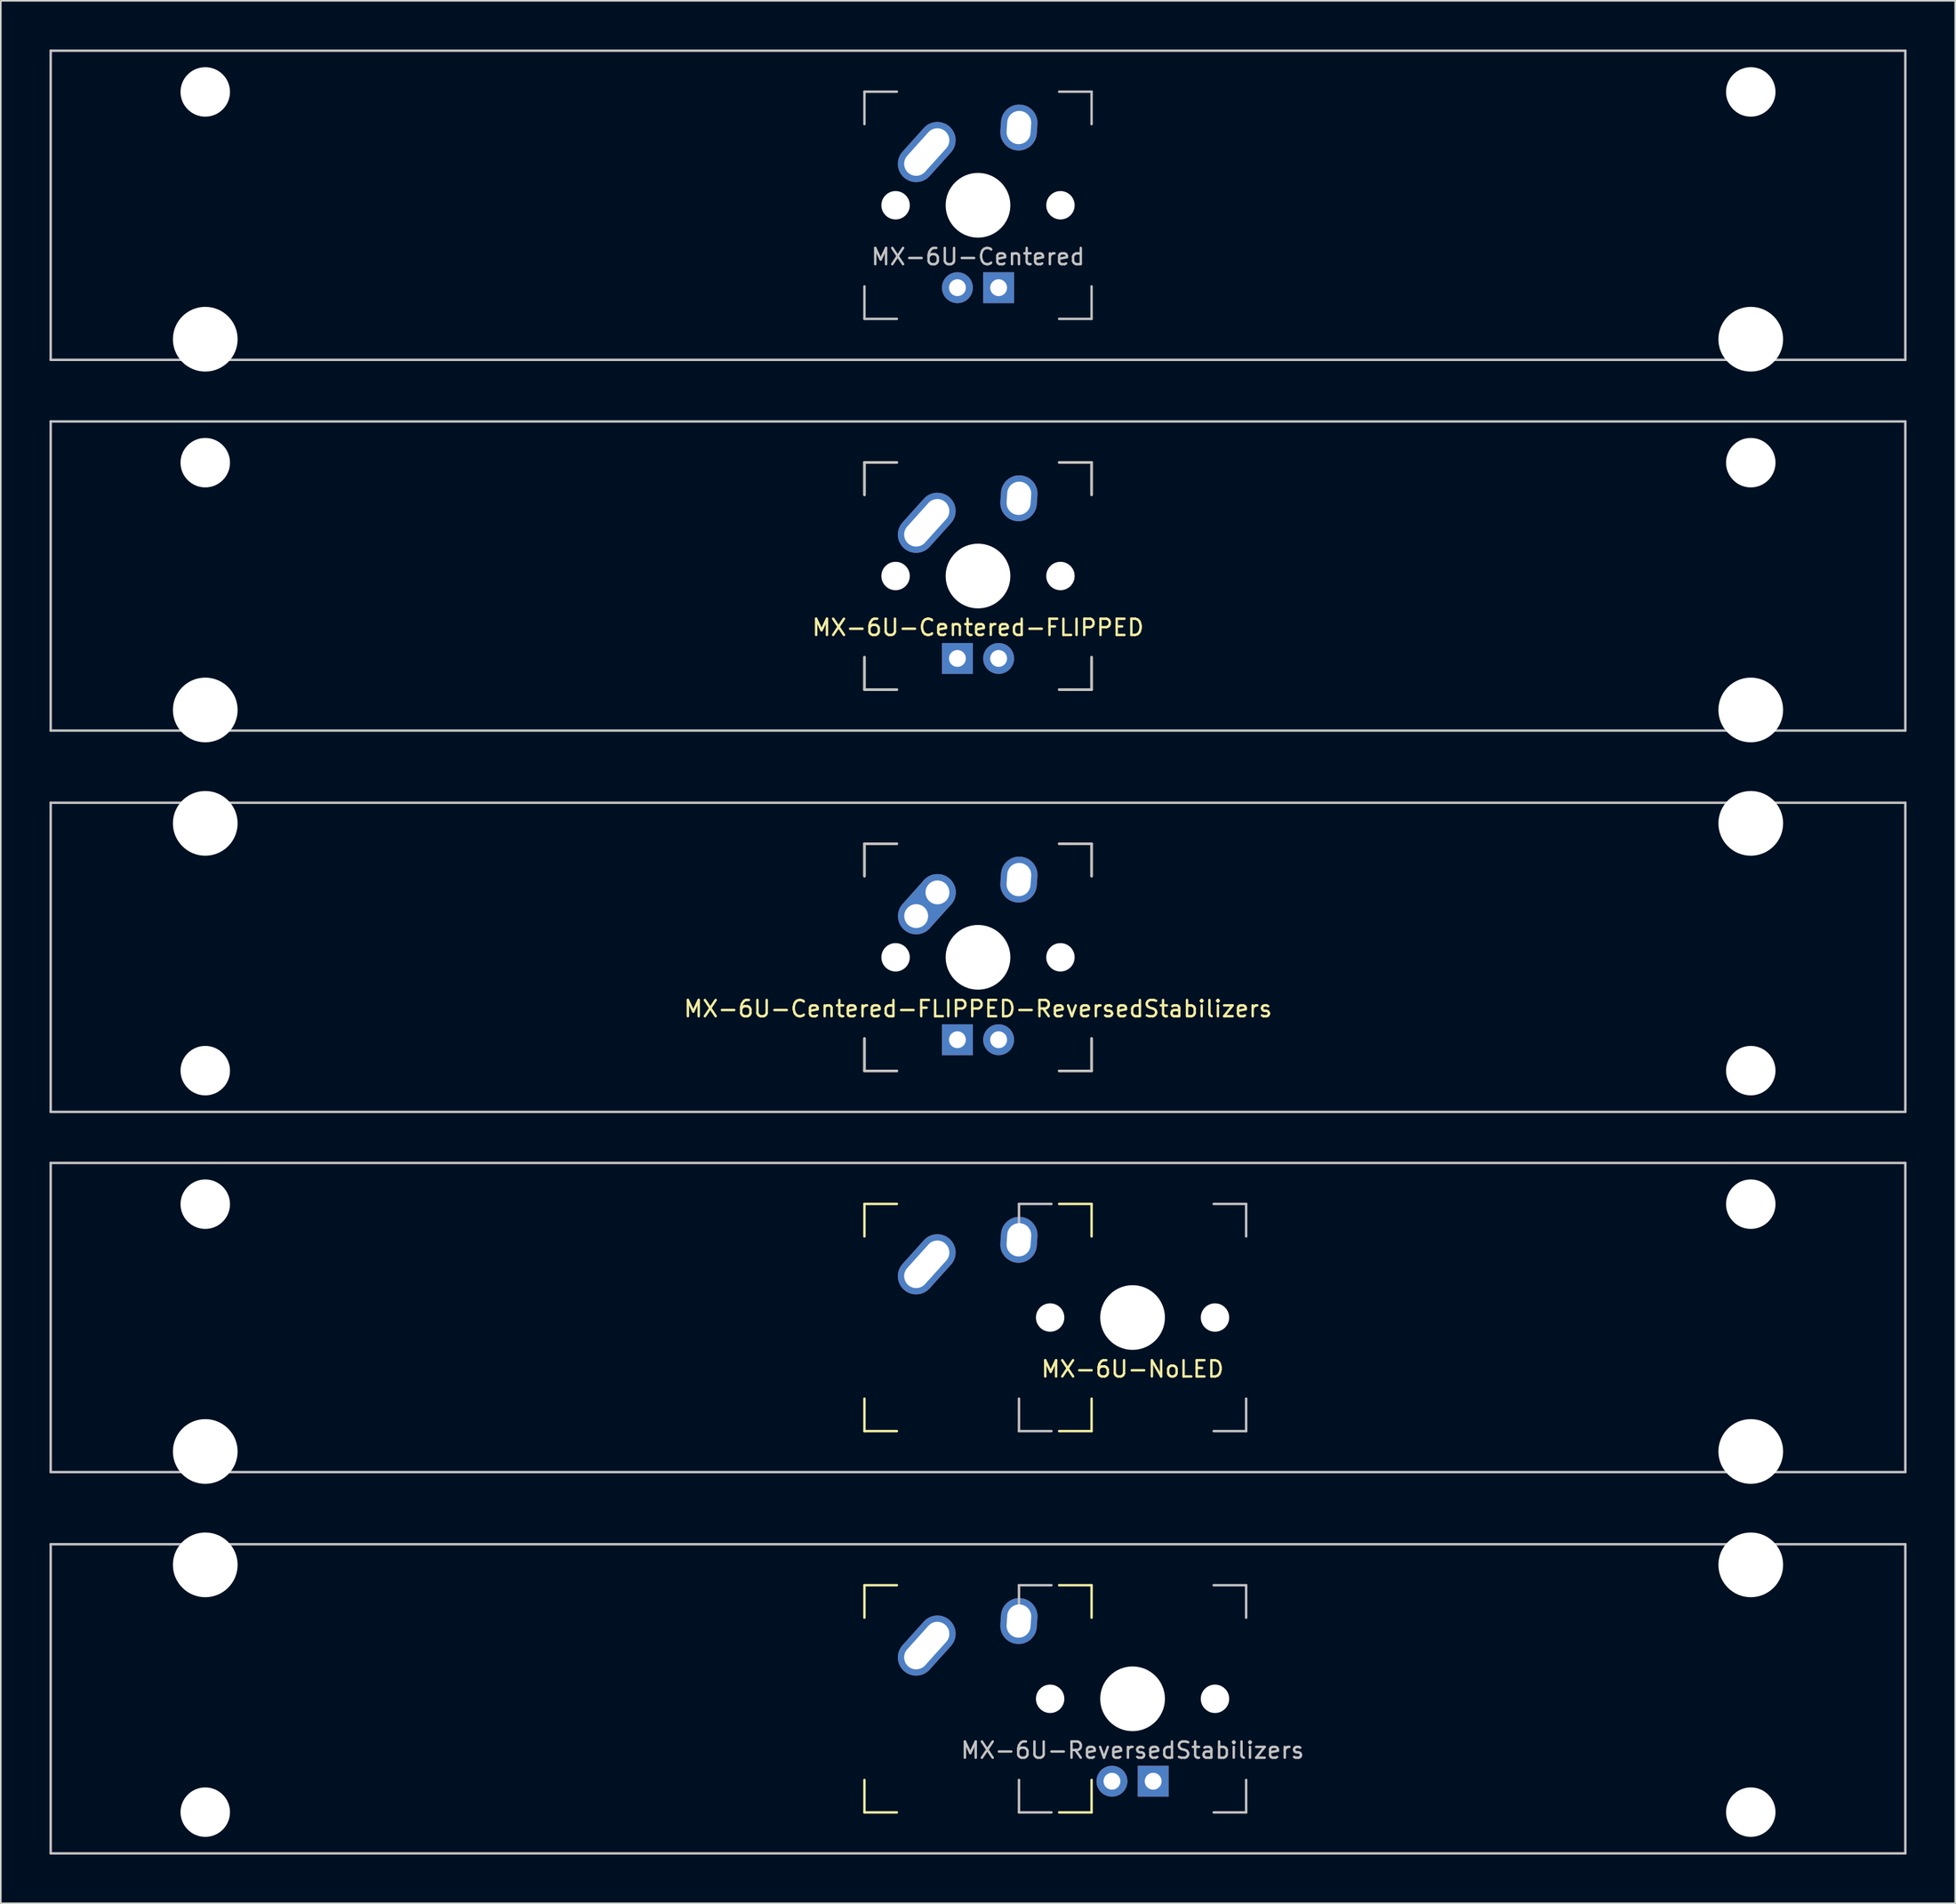
<source format=kicad_pcb>
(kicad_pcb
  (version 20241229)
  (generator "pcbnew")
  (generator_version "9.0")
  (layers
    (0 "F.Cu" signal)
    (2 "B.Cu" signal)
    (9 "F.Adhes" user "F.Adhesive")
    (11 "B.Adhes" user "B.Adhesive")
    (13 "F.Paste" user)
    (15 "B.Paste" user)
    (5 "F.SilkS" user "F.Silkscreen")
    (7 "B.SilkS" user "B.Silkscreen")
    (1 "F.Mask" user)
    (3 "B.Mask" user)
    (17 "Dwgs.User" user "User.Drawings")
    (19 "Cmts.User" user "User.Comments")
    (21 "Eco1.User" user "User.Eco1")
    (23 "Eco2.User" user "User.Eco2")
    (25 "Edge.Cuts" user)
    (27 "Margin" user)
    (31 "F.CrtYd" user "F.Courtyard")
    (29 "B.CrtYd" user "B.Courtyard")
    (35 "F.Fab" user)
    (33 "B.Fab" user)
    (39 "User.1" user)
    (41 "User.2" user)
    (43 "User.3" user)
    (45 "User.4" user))
  (footprint "MX-6U-ReversedStabilizers"
    (layer "F.Cu")
    (at 57.225 101.644)
    (property "Reference" "MX-6U-ReversedStabilizers" (at 9.525 3.175 0) (layer "Dwgs.User") (effects (font (size 1 1) (thickness 0.15))))
    (attr through_hole)
    (fp_line (start -7 -7) (end -7 -5) (stroke (width 0.15) (type solid)) (layer "F.SilkS"))
    (fp_line (start -7 5) (end -7 7) (stroke (width 0.15) (type solid)) (layer "F.SilkS"))
    (fp_line (start -7 7) (end -5 7) (stroke (width 0.15) (type solid)) (layer "F.SilkS"))
    (fp_line (start -5 -7) (end -7 -7) (stroke (width 0.15) (type solid)) (layer "F.SilkS"))
    (fp_line (start 5 -7) (end 7 -7) (stroke (width 0.15) (type solid)) (layer "F.SilkS"))
    (fp_line (start 5 7) (end 7 7) (stroke (width 0.15) (type solid)) (layer "F.SilkS"))
    (fp_line (start 7 -7) (end 7 -5) (stroke (width 0.15) (type solid)) (layer "F.SilkS"))
    (fp_line (start 7 7) (end 7 5) (stroke (width 0.15) (type solid)) (layer "F.SilkS"))
    (fp_line (start -57.15 -9.525) (end 57.15 -9.525) (stroke (width 0.15) (type solid)) (layer "Dwgs.User"))
    (fp_line (start -57.15 9.525) (end -57.15 -9.525) (stroke (width 0.15) (type solid)) (layer "Dwgs.User"))
    (fp_line (start -57.15 9.525) (end 57.15 9.525) (stroke (width 0.15) (type solid)) (layer "Dwgs.User"))
    (fp_line (start 2.525 -7) (end 2.525 -5) (stroke (width 0.15) (type solid)) (layer "Dwgs.User"))
    (fp_line (start 2.525 5) (end 2.525 7) (stroke (width 0.15) (type solid)) (layer "Dwgs.User"))
    (fp_line (start 2.525 7) (end 4.525 7) (stroke (width 0.15) (type solid)) (layer "Dwgs.User"))
    (fp_line (start 4.525 -7) (end 2.525 -7) (stroke (width 0.15) (type solid)) (layer "Dwgs.User"))
    (fp_line (start 14.525 -7) (end 16.525 -7) (stroke (width 0.15) (type solid)) (layer "Dwgs.User"))
    (fp_line (start 14.525 7) (end 16.525 7) (stroke (width 0.15) (type solid)) (layer "Dwgs.User"))
    (fp_line (start 16.525 -7) (end 16.525 -5) (stroke (width 0.15) (type solid)) (layer "Dwgs.User"))
    (fp_line (start 16.525 7) (end 16.525 5) (stroke (width 0.15) (type solid)) (layer "Dwgs.User"))
    (fp_line (start 57.15 -9.525) (end 57.15 9.525) (stroke (width 0.15) (type solid)) (layer "Dwgs.User"))
    (pad "" np_thru_hole circle (at -47.625 -8.255) (size 3.988 3.988) (drill 3.988) (layers "*.Cu" "*.Mask"))
    (pad "" np_thru_hole circle (at -47.625 6.985) (size 3.048 3.048) (drill 3.048) (layers "*.Cu" "*.Mask"))
    (pad "" np_thru_hole circle (at 4.445 0 48.1) (size 1.75 1.75) (drill 1.75) (layers "*.Cu" "*.Mask"))
    (pad "" np_thru_hole circle (at 9.525 0) (size 3.988 3.988) (drill 3.988) (layers "*.Cu" "*.Mask"))
    (pad "" np_thru_hole circle (at 14.605 0 48.1) (size 1.75 1.75) (drill 1.75) (layers "*.Cu" "*.Mask"))
    (pad "" np_thru_hole circle (at 47.625 -8.255) (size 3.988 3.988) (drill 3.988) (layers "*.Cu" "*.Mask"))
    (pad "" np_thru_hole circle (at 47.625 6.985) (size 3.048 3.048) (drill 3.048) (layers "*.Cu" "*.Mask"))
    (pad "1" thru_hole oval (at -3.16 -3.28 48) (size 4.21 2.25) (drill oval 3.43 1.48) (layers "*.Cu" "B.Mask"))
    (pad "2" thru_hole oval (at 2.52 -4.79 86) (size 2.831 2.25) (drill oval 2.051 1.48) (layers "*.Cu" "B.Mask"))
    (pad "3" thru_hole circle (at 8.255 5.08) (size 1.905 1.905) (drill 1.04) (layers "*.Cu" "B.Mask"))
    (pad "4" thru_hole rect (at 10.795 5.08) (size 1.905 1.905) (drill 1.04) (layers "*.Cu" "B.Mask")))
  (footprint "MX-6U-NoLED"
    (layer "F.Cu")
    (at 57.225 78.147)
    (property "Reference" "MX-6U-NoLED" (at 9.525 3.175 0) (layer "F.SilkS") (effects (font (size 1 1) (thickness 0.15))))
    (attr through_hole)
    (fp_line (start -7 -7) (end -7 -5) (stroke (width 0.15) (type solid)) (layer "F.SilkS"))
    (fp_line (start -7 5) (end -7 7) (stroke (width 0.15) (type solid)) (layer "F.SilkS"))
    (fp_line (start -7 7) (end -5 7) (stroke (width 0.15) (type solid)) (layer "F.SilkS"))
    (fp_line (start -5 -7) (end -7 -7) (stroke (width 0.15) (type solid)) (layer "F.SilkS"))
    (fp_line (start 5 -7) (end 7 -7) (stroke (width 0.15) (type solid)) (layer "F.SilkS"))
    (fp_line (start 5 7) (end 7 7) (stroke (width 0.15) (type solid)) (layer "F.SilkS"))
    (fp_line (start 7 -7) (end 7 -5) (stroke (width 0.15) (type solid)) (layer "F.SilkS"))
    (fp_line (start 7 7) (end 7 5) (stroke (width 0.15) (type solid)) (layer "F.SilkS"))
    (fp_line (start -57.15 -9.525) (end 57.15 -9.525) (stroke (width 0.15) (type solid)) (layer "Dwgs.User"))
    (fp_line (start -57.15 9.525) (end -57.15 -9.525) (stroke (width 0.15) (type solid)) (layer "Dwgs.User"))
    (fp_line (start -57.15 9.525) (end 57.15 9.525) (stroke (width 0.15) (type solid)) (layer "Dwgs.User"))
    (fp_line (start 2.525 -7) (end 2.525 -5) (stroke (width 0.15) (type solid)) (layer "Dwgs.User"))
    (fp_line (start 2.525 5) (end 2.525 7) (stroke (width 0.15) (type solid)) (layer "Dwgs.User"))
    (fp_line (start 2.525 7) (end 4.525 7) (stroke (width 0.15) (type solid)) (layer "Dwgs.User"))
    (fp_line (start 4.525 -7) (end 2.525 -7) (stroke (width 0.15) (type solid)) (layer "Dwgs.User"))
    (fp_line (start 14.525 -7) (end 16.525 -7) (stroke (width 0.15) (type solid)) (layer "Dwgs.User"))
    (fp_line (start 14.525 7) (end 16.525 7) (stroke (width 0.15) (type solid)) (layer "Dwgs.User"))
    (fp_line (start 16.525 -7) (end 16.525 -5) (stroke (width 0.15) (type solid)) (layer "Dwgs.User"))
    (fp_line (start 16.525 7) (end 16.525 5) (stroke (width 0.15) (type solid)) (layer "Dwgs.User"))
    (fp_line (start 57.15 -9.525) (end 57.15 9.525) (stroke (width 0.15) (type solid)) (layer "Dwgs.User"))
    (pad "" np_thru_hole circle (at -47.625 -6.985) (size 3.048 3.048) (drill 3.048) (layers "*.Cu" "*.Mask"))
    (pad "" np_thru_hole circle (at -47.625 8.255) (size 3.988 3.988) (drill 3.988) (layers "*.Cu" "*.Mask"))
    (pad "" np_thru_hole circle (at 4.445 0 48.1) (size 1.75 1.75) (drill 1.75) (layers "*.Cu" "*.Mask"))
    (pad "" np_thru_hole circle (at 9.525 0) (size 3.988 3.988) (drill 3.988) (layers "*.Cu" "*.Mask"))
    (pad "" np_thru_hole circle (at 14.605 0 48.1) (size 1.75 1.75) (drill 1.75) (layers "*.Cu" "*.Mask"))
    (pad "" np_thru_hole circle (at 47.625 -6.985) (size 3.048 3.048) (drill 3.048) (layers "*.Cu" "*.Mask"))
    (pad "" np_thru_hole circle (at 47.625 8.255) (size 3.988 3.988) (drill 3.988) (layers "*.Cu" "*.Mask"))
    (pad "1" thru_hole oval (at -3.16 -3.28 48) (size 4.21 2.25) (drill oval 3.43 1.48) (layers "*.Cu" "B.Mask"))
    (pad "2" thru_hole oval (at 2.52 -4.79 86) (size 2.831 2.25) (drill oval 2.051 1.48) (layers "*.Cu" "B.Mask")))
  (footprint "MX-6U-Centered-FLIPPED-ReversedStabilizers"
    (layer "F.Cu")
    (at 57.225 55.947)
    (property "Reference" "MX-6U-Centered-FLIPPED-ReversedStabilizers" (at 0 3.175 0) (layer "F.SilkS") (effects (font (size 1 1) (thickness 0.15))))
    (attr through_hole)
    (fp_line (start -7 -7) (end -7 -5) (stroke (width 0.15) (type solid)) (layer "F.SilkS"))
    (fp_line (start -7 5) (end -7 7) (stroke (width 0.15) (type solid)) (layer "F.SilkS"))
    (fp_line (start -7 7) (end -5 7) (stroke (width 0.15) (type solid)) (layer "F.SilkS"))
    (fp_line (start -5 -7) (end -7 -7) (stroke (width 0.15) (type solid)) (layer "F.SilkS"))
    (fp_line (start 5 -7) (end 7 -7) (stroke (width 0.15) (type solid)) (layer "F.SilkS"))
    (fp_line (start 5 7) (end 7 7) (stroke (width 0.15) (type solid)) (layer "F.SilkS"))
    (fp_line (start 7 -7) (end 7 -5) (stroke (width 0.15) (type solid)) (layer "F.SilkS"))
    (fp_line (start 7 7) (end 7 5) (stroke (width 0.15) (type solid)) (layer "F.SilkS"))
    (fp_line (start -57.15 -9.525) (end 57.15 -9.525) (stroke (width 0.15) (type solid)) (layer "Dwgs.User"))
    (fp_line (start -57.15 9.525) (end -57.15 -9.525) (stroke (width 0.15) (type solid)) (layer "Dwgs.User"))
    (fp_line (start -57.15 9.525) (end 57.15 9.525) (stroke (width 0.15) (type solid)) (layer "Dwgs.User"))
    (fp_line (start -7 -7) (end -7 -5) (stroke (width 0.15) (type solid)) (layer "Dwgs.User"))
    (fp_line (start -7 5) (end -7 7) (stroke (width 0.15) (type solid)) (layer "Dwgs.User"))
    (fp_line (start -7 7) (end -5 7) (stroke (width 0.15) (type solid)) (layer "Dwgs.User"))
    (fp_line (start -5 -7) (end -7 -7) (stroke (width 0.15) (type solid)) (layer "Dwgs.User"))
    (fp_line (start 5 -7) (end 7 -7) (stroke (width 0.15) (type solid)) (layer "Dwgs.User"))
    (fp_line (start 5 7) (end 7 7) (stroke (width 0.15) (type solid)) (layer "Dwgs.User"))
    (fp_line (start 7 -7) (end 7 -5) (stroke (width 0.15) (type solid)) (layer "Dwgs.User"))
    (fp_line (start 7 7) (end 7 5) (stroke (width 0.15) (type solid)) (layer "Dwgs.User"))
    (fp_line (start 57.15 -9.525) (end 57.15 9.525) (stroke (width 0.15) (type solid)) (layer "Dwgs.User"))
    (pad "" np_thru_hole circle (at -47.625 -8.255) (size 3.988 3.988) (drill 3.988) (layers "*.Cu" "*.Mask"))
    (pad "" np_thru_hole circle (at -47.625 6.985) (size 3.048 3.048) (drill 3.048) (layers "*.Cu" "*.Mask"))
    (pad "" np_thru_hole circle (at -5.08 0 48.1) (size 1.75 1.75) (drill 1.75) (layers "*.Cu" "*.Mask"))
    (pad "" np_thru_hole circle (at 0 0) (size 3.988 3.988) (drill 3.988) (layers "*.Cu" "*.Mask"))
    (pad "" np_thru_hole circle (at 5.08 0 48.1) (size 1.75 1.75) (drill 1.75) (layers "*.Cu" "*.Mask"))
    (pad "" np_thru_hole circle (at 47.625 -8.255) (size 3.988 3.988) (drill 3.988) (layers "*.Cu" "*.Mask"))
    (pad "" np_thru_hole circle (at 47.625 6.985) (size 3.048 3.048) (drill 3.048) (layers "*.Cu" "*.Mask"))
    (pad "1" thru_hole oval (at -3.81 -2.54 48.1) (size 4.212 2.25) (drill 1.47 (offset 0.981 0)) (layers "*.Cu" "*.Mask"))
    (pad "1" thru_hole circle (at -2.5 -4) (size 2.25 2.25) (drill 1.47) (layers "*.Cu" "*.Mask"))
    (pad "2" thru_hole oval (at 2.52 -4.79 86) (size 2.831 2.25) (drill oval 2.051 1.48) (layers "*.Cu" "*.Mask"))
    (pad "3" thru_hole circle (at 1.27 5.08) (size 1.905 1.905) (drill 1.04) (layers "*.Cu" "*.Mask"))
    (pad "4" thru_hole rect (at -1.27 5.08) (size 1.905 1.905) (drill 1.04) (layers "*.Cu" "*.Mask")))
  (footprint "MX-6U-Centered-FLIPPED"
    (layer "F.Cu")
    (at 57.225 32.449)
    (property "Reference" "MX-6U-Centered-FLIPPED" (at 0 3.175 0) (layer "F.SilkS") (effects (font (size 1 1) (thickness 0.15))))
    (attr through_hole)
    (fp_line (start -7 -7) (end -7 -5) (stroke (width 0.15) (type solid)) (layer "F.SilkS"))
    (fp_line (start -7 5) (end -7 7) (stroke (width 0.15) (type solid)) (layer "F.SilkS"))
    (fp_line (start -7 7) (end -5 7) (stroke (width 0.15) (type solid)) (layer "F.SilkS"))
    (fp_line (start -5 -7) (end -7 -7) (stroke (width 0.15) (type solid)) (layer "F.SilkS"))
    (fp_line (start 5 -7) (end 7 -7) (stroke (width 0.15) (type solid)) (layer "F.SilkS"))
    (fp_line (start 5 7) (end 7 7) (stroke (width 0.15) (type solid)) (layer "F.SilkS"))
    (fp_line (start 7 -7) (end 7 -5) (stroke (width 0.15) (type solid)) (layer "F.SilkS"))
    (fp_line (start 7 7) (end 7 5) (stroke (width 0.15) (type solid)) (layer "F.SilkS"))
    (fp_line (start -57.15 -9.525) (end 57.15 -9.525) (stroke (width 0.15) (type solid)) (layer "Dwgs.User"))
    (fp_line (start -57.15 9.525) (end -57.15 -9.525) (stroke (width 0.15) (type solid)) (layer "Dwgs.User"))
    (fp_line (start -57.15 9.525) (end 57.15 9.525) (stroke (width 0.15) (type solid)) (layer "Dwgs.User"))
    (fp_line (start -7 -7) (end -7 -5) (stroke (width 0.15) (type solid)) (layer "Dwgs.User"))
    (fp_line (start -7 5) (end -7 7) (stroke (width 0.15) (type solid)) (layer "Dwgs.User"))
    (fp_line (start -7 7) (end -5 7) (stroke (width 0.15) (type solid)) (layer "Dwgs.User"))
    (fp_line (start -5 -7) (end -7 -7) (stroke (width 0.15) (type solid)) (layer "Dwgs.User"))
    (fp_line (start 5 -7) (end 7 -7) (stroke (width 0.15) (type solid)) (layer "Dwgs.User"))
    (fp_line (start 5 7) (end 7 7) (stroke (width 0.15) (type solid)) (layer "Dwgs.User"))
    (fp_line (start 7 -7) (end 7 -5) (stroke (width 0.15) (type solid)) (layer "Dwgs.User"))
    (fp_line (start 7 7) (end 7 5) (stroke (width 0.15) (type solid)) (layer "Dwgs.User"))
    (fp_line (start 57.15 -9.525) (end 57.15 9.525) (stroke (width 0.15) (type solid)) (layer "Dwgs.User"))
    (pad "" np_thru_hole circle (at -47.625 -6.985) (size 3.048 3.048) (drill 3.048) (layers "*.Cu" "*.Mask"))
    (pad "" np_thru_hole circle (at -47.625 8.255) (size 3.988 3.988) (drill 3.988) (layers "*.Cu" "*.Mask"))
    (pad "" np_thru_hole circle (at -5.08 0 48.1) (size 1.75 1.75) (drill 1.75) (layers "*.Cu" "*.Mask"))
    (pad "" np_thru_hole circle (at 0 0) (size 3.988 3.988) (drill 3.988) (layers "*.Cu" "*.Mask"))
    (pad "" np_thru_hole circle (at 5.08 0 48.1) (size 1.75 1.75) (drill 1.75) (layers "*.Cu" "*.Mask"))
    (pad "" np_thru_hole circle (at 47.625 -6.985) (size 3.048 3.048) (drill 3.048) (layers "*.Cu" "*.Mask"))
    (pad "" np_thru_hole circle (at 47.625 8.255) (size 3.988 3.988) (drill 3.988) (layers "*.Cu" "*.Mask"))
    (pad "1" thru_hole oval (at -3.16 -3.28 48) (size 4.21 2.25) (drill oval 3.43 1.48) (layers "*.Cu" "*.Mask"))
    (pad "2" thru_hole oval (at 2.52 -4.79 86) (size 2.831 2.25) (drill oval 2.051 1.48) (layers "*.Cu" "*.Mask"))
    (pad "3" thru_hole circle (at 1.27 5.08) (size 1.905 1.905) (drill 1.04) (layers "*.Cu" "*.Mask"))
    (pad "4" thru_hole rect (at -1.27 5.08) (size 1.905 1.905) (drill 1.04) (layers "*.Cu" "*.Mask")))
  (footprint "MX-6U-Centered"
    (layer "F.Cu")
    (at 57.225 9.6)
    (property "Reference" "MX-6U-Centered" (at 0 3.175 0) (layer "Dwgs.User") (effects (font (size 1 1) (thickness 0.15))))
    (attr through_hole)
    (fp_line (start -57.15 -9.525) (end 57.15 -9.525) (stroke (width 0.15) (type solid)) (layer "Dwgs.User"))
    (fp_line (start -57.15 9.525) (end -57.15 -9.525) (stroke (width 0.15) (type solid)) (layer "Dwgs.User"))
    (fp_line (start -57.15 9.525) (end 57.15 9.525) (stroke (width 0.15) (type solid)) (layer "Dwgs.User"))
    (fp_line (start -7 -7) (end -7 -5) (stroke (width 0.15) (type solid)) (layer "Dwgs.User"))
    (fp_line (start -7 5) (end -7 7) (stroke (width 0.15) (type solid)) (layer "Dwgs.User"))
    (fp_line (start -7 7) (end -5 7) (stroke (width 0.15) (type solid)) (layer "Dwgs.User"))
    (fp_line (start -5 -7) (end -7 -7) (stroke (width 0.15) (type solid)) (layer "Dwgs.User"))
    (fp_line (start 5 -7) (end 7 -7) (stroke (width 0.15) (type solid)) (layer "Dwgs.User"))
    (fp_line (start 5 7) (end 7 7) (stroke (width 0.15) (type solid)) (layer "Dwgs.User"))
    (fp_line (start 7 -7) (end 7 -5) (stroke (width 0.15) (type solid)) (layer "Dwgs.User"))
    (fp_line (start 7 7) (end 7 5) (stroke (width 0.15) (type solid)) (layer "Dwgs.User"))
    (fp_line (start 57.15 -9.525) (end 57.15 9.525) (stroke (width 0.15) (type solid)) (layer "Dwgs.User"))
    (pad "" np_thru_hole circle (at -47.625 -6.985) (size 3.048 3.048) (drill 3.048) (layers "*.Cu" "*.Mask"))
    (pad "" np_thru_hole circle (at -47.625 8.255) (size 3.988 3.988) (drill 3.988) (layers "*.Cu" "*.Mask"))
    (pad "" np_thru_hole circle (at -5.08 0 48.1) (size 1.75 1.75) (drill 1.75) (layers "*.Cu" "*.Mask"))
    (pad "" np_thru_hole circle (at 0 0) (size 3.988 3.988) (drill 3.988) (layers "*.Cu" "*.Mask"))
    (pad "" np_thru_hole circle (at 5.08 0 48.1) (size 1.75 1.75) (drill 1.75) (layers "*.Cu" "*.Mask"))
    (pad "" np_thru_hole circle (at 47.625 -6.985) (size 3.048 3.048) (drill 3.048) (layers "*.Cu" "*.Mask"))
    (pad "" np_thru_hole circle (at 47.625 8.255) (size 3.988 3.988) (drill 3.988) (layers "*.Cu" "*.Mask"))
    (pad "1" thru_hole oval (at -3.16 -3.28 48) (size 4.21 2.25) (drill oval 3.43 1.48) (layers "*.Cu" "B.Mask"))
    (pad "2" thru_hole oval (at 2.52 -4.79 86) (size 2.831 2.25) (drill oval 2.051 1.48) (layers "*.Cu" "B.Mask"))
    (pad "3" thru_hole circle (at -1.27 5.08) (size 1.905 1.905) (drill 1.04) (layers "*.Cu" "B.Mask"))
    (pad "4" thru_hole rect (at 1.27 5.08) (size 1.905 1.905) (drill 1.04) (layers "*.Cu" "B.Mask")))
  (gr_rect
    (start -3 -3)
    (end 117.45 114.245)
    (stroke (width 0.1) (type default))
    (fill no)
    (layer "Edge.Cuts")))
</source>
